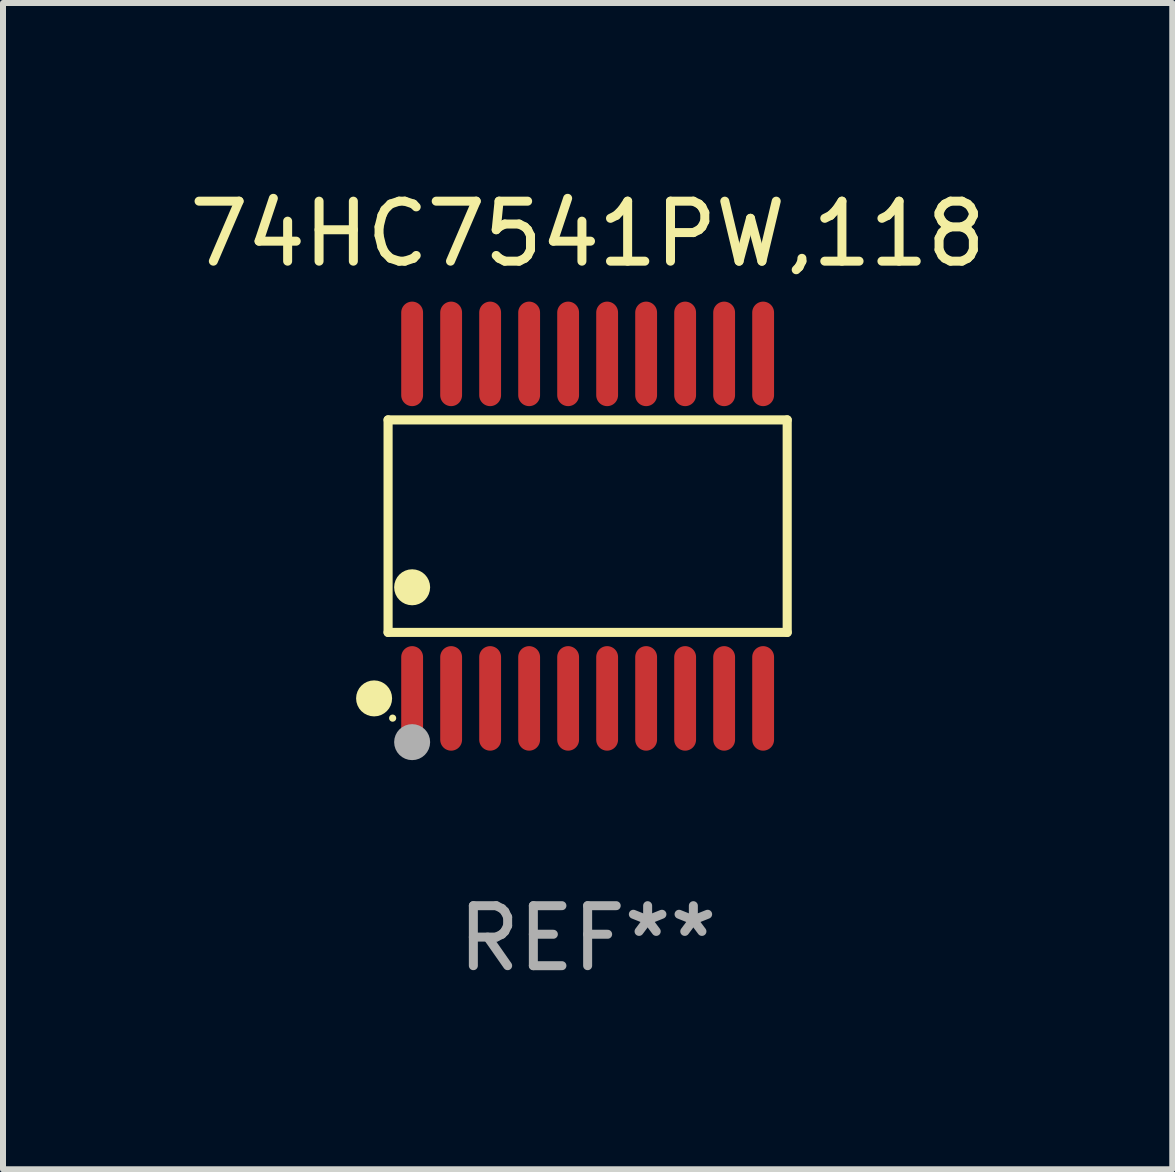
<source format=kicad_pcb>
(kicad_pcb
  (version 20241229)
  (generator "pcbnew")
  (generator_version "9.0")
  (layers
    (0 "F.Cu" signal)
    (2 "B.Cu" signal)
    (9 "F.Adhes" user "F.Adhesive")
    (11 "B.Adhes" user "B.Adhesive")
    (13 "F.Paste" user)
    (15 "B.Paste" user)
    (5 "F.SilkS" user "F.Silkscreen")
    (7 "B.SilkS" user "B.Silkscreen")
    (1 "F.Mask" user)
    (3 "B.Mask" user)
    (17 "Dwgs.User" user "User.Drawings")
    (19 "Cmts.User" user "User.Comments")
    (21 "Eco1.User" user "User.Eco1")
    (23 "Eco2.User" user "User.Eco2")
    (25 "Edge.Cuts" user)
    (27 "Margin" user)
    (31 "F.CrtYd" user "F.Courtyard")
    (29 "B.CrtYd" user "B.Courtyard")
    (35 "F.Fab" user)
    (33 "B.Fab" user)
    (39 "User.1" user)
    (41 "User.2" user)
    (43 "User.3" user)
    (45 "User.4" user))
  (footprint "74HC7541PW,118"
    (layer "F.Cu")
    (at 6.744 5.719)
    (property "Reference" "74HC7541PW,118" (at 0 -4.871 0) (layer "F.SilkS") (effects (font (size 1 1) (thickness 0.15))))
    (attr through_hole)
    (fp_line (start -3.326 -1.771) (end 3.326 -1.771) (stroke (width 0.152) (type solid)) (layer "F.SilkS"))
    (fp_line (start -3.326 1.771) (end -3.326 -1.771) (stroke (width 0.152) (type solid)) (layer "F.SilkS"))
    (fp_line (start 3.326 -1.771) (end 3.326 1.771) (stroke (width 0.152) (type solid)) (layer "F.SilkS"))
    (fp_line (start 3.326 1.771) (end -3.326 1.771) (stroke (width 0.152) (type solid)) (layer "F.SilkS"))
    (fp_circle (center -3.559 2.871) (end -3.409 2.871) (stroke (width 0.3) (type solid)) (fill no) (layer "F.SilkS"))
    (fp_circle (center -3.25 3.2) (end -3.22 3.2) (stroke (width 0.06) (type solid)) (fill no) (layer "F.SilkS"))
    (fp_circle (center -2.925 1.019) (end -2.775 1.019) (stroke (width 0.3) (type solid)) (fill no) (layer "F.SilkS"))
    (fp_circle (center -2.925 3.6) (end -2.775 3.6) (stroke (width 0.3) (type solid)) (fill no) (layer "F.Fab"))
    (fp_text user "REF**" (at 0 6.871 0) (layer "F.Fab") (effects (font (size 1 1) (thickness 0.15))))
    (pad "1" smd oval (at -2.925 2.871) (size 0.364 1.742) (layers "F.Cu" "F.Mask" "F.Paste"))
    (pad "2" smd oval (at -2.275 2.871) (size 0.364 1.742) (layers "F.Cu" "F.Mask" "F.Paste"))
    (pad "3" smd oval (at -1.625 2.871) (size 0.364 1.742) (layers "F.Cu" "F.Mask" "F.Paste"))
    (pad "4" smd oval (at -0.975 2.871) (size 0.364 1.742) (layers "F.Cu" "F.Mask" "F.Paste"))
    (pad "5" smd oval (at -0.325 2.871) (size 0.364 1.742) (layers "F.Cu" "F.Mask" "F.Paste"))
    (pad "6" smd oval (at 0.325 2.871) (size 0.364 1.742) (layers "F.Cu" "F.Mask" "F.Paste"))
    (pad "7" smd oval (at 0.975 2.871) (size 0.364 1.742) (layers "F.Cu" "F.Mask" "F.Paste"))
    (pad "8" smd oval (at 1.625 2.871) (size 0.364 1.742) (layers "F.Cu" "F.Mask" "F.Paste"))
    (pad "9" smd oval (at 2.275 2.871) (size 0.364 1.742) (layers "F.Cu" "F.Mask" "F.Paste"))
    (pad "10" smd oval (at 2.925 2.871) (size 0.364 1.742) (layers "F.Cu" "F.Mask" "F.Paste"))
    (pad "11" smd oval (at 2.925 -2.871) (size 0.364 1.742) (layers "F.Cu" "F.Mask" "F.Paste"))
    (pad "12" smd oval (at 2.275 -2.871) (size 0.364 1.742) (layers "F.Cu" "F.Mask" "F.Paste"))
    (pad "13" smd oval (at 1.625 -2.871) (size 0.364 1.742) (layers "F.Cu" "F.Mask" "F.Paste"))
    (pad "14" smd oval (at 0.975 -2.871) (size 0.364 1.742) (layers "F.Cu" "F.Mask" "F.Paste"))
    (pad "15" smd oval (at 0.325 -2.871) (size 0.364 1.742) (layers "F.Cu" "F.Mask" "F.Paste"))
    (pad "16" smd oval (at -0.325 -2.871) (size 0.364 1.742) (layers "F.Cu" "F.Mask" "F.Paste"))
    (pad "17" smd oval (at -0.975 -2.871) (size 0.364 1.742) (layers "F.Cu" "F.Mask" "F.Paste"))
    (pad "18" smd oval (at -1.625 -2.871) (size 0.364 1.742) (layers "F.Cu" "F.Mask" "F.Paste"))
    (pad "19" smd oval (at -2.275 -2.871) (size 0.364 1.742) (layers "F.Cu" "F.Mask" "F.Paste"))
    (pad "20" smd oval (at -2.925 -2.871) (size 0.364 1.742) (layers "F.Cu" "F.Mask" "F.Paste")))
  (gr_rect
    (start -3 -3)
    (end 16.488 16.438)
    (stroke (width 0.1) (type default))
    (fill no)
    (layer "Edge.Cuts")))
</source>
